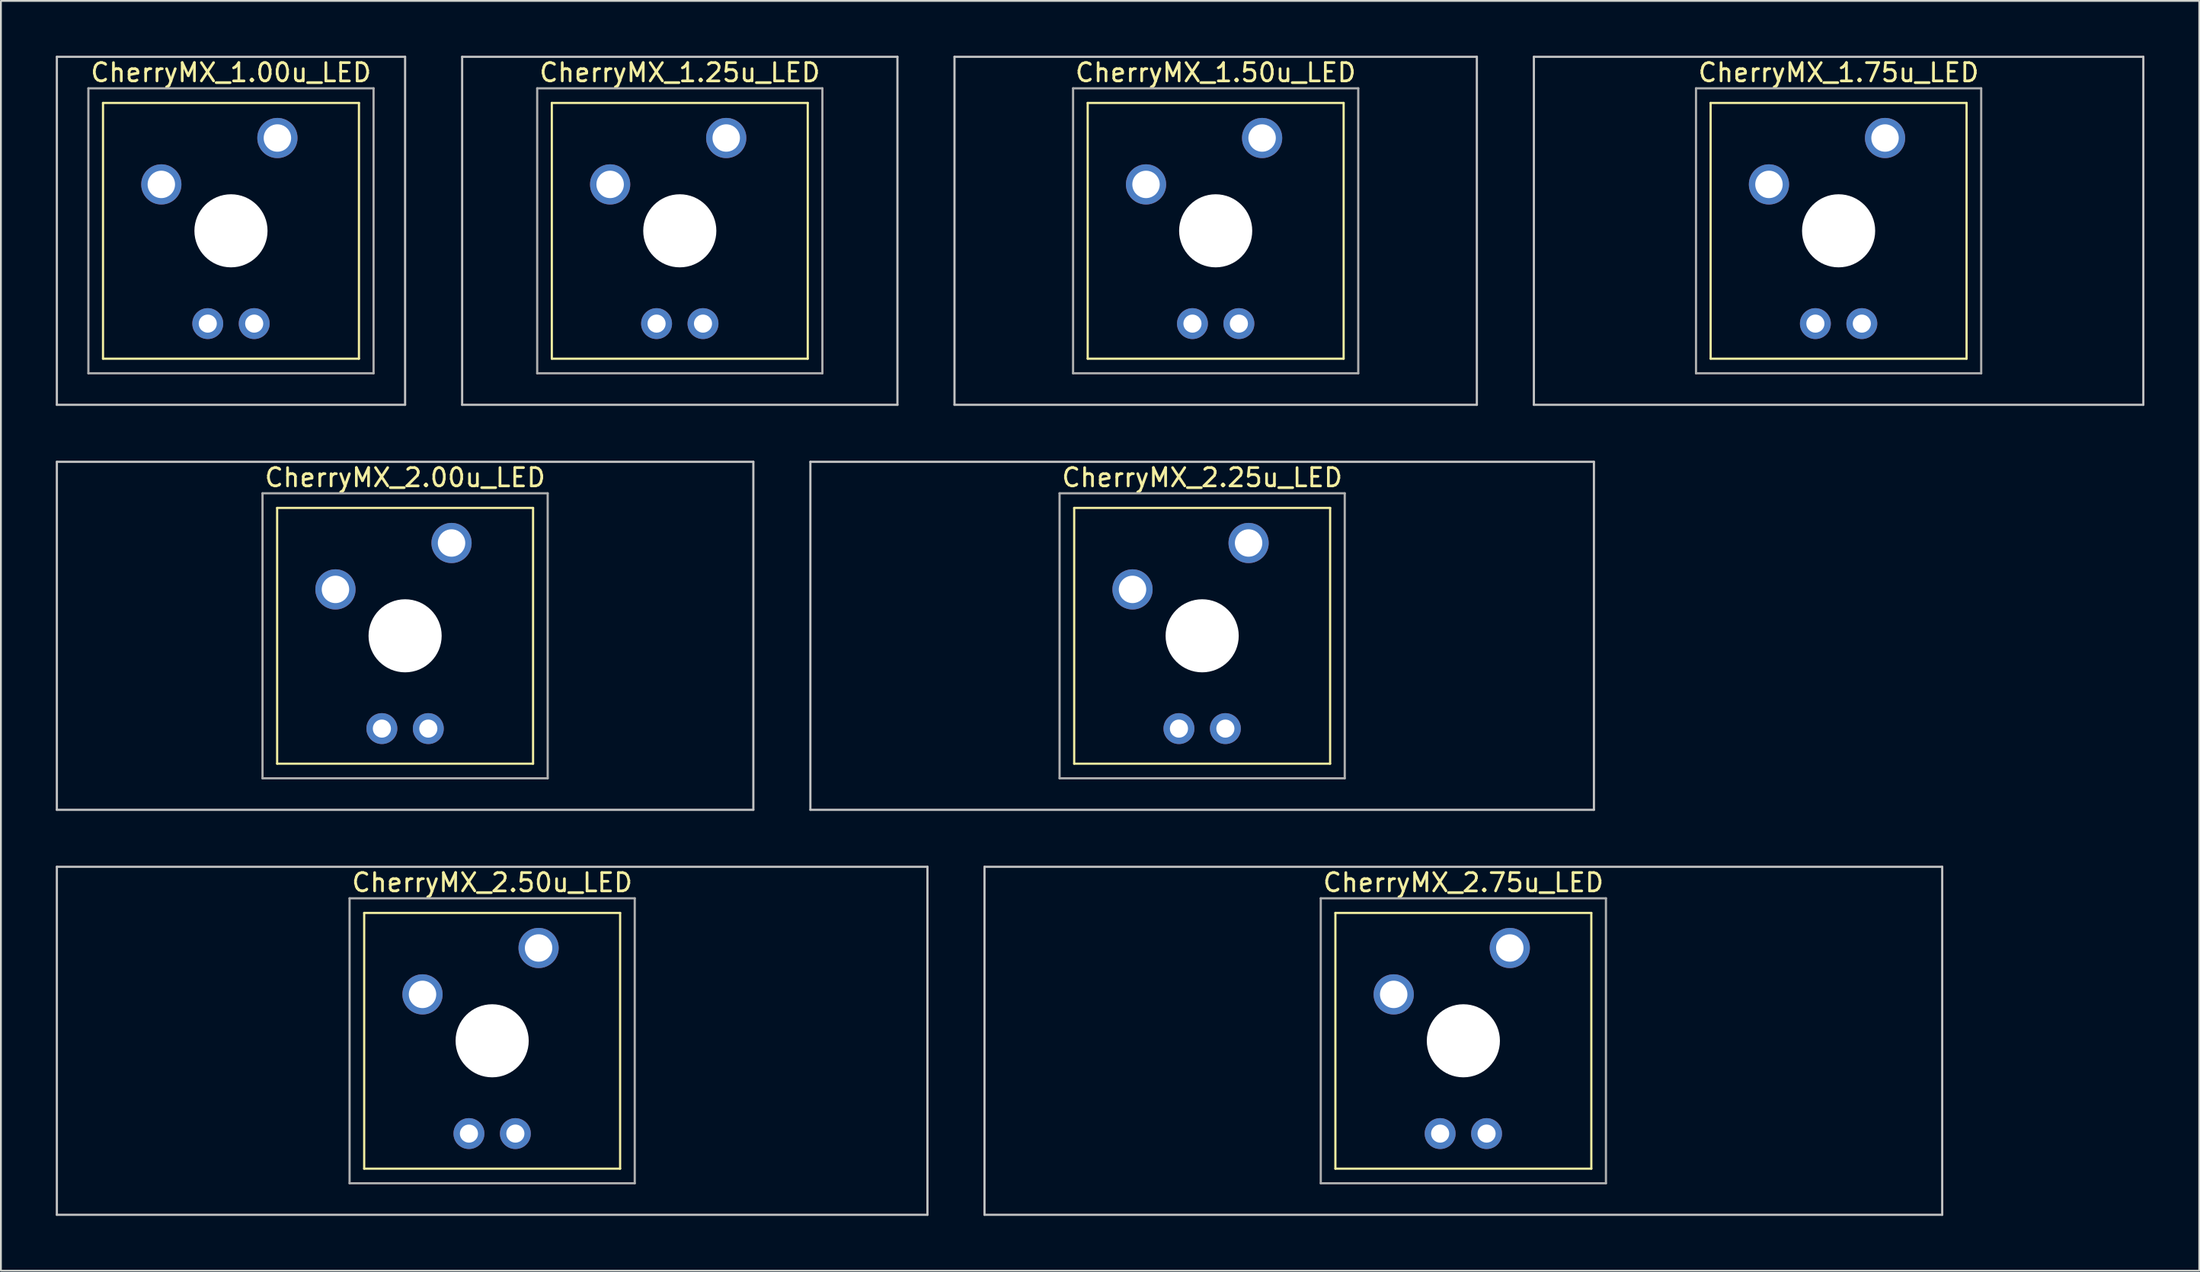
<source format=kicad_pcb>
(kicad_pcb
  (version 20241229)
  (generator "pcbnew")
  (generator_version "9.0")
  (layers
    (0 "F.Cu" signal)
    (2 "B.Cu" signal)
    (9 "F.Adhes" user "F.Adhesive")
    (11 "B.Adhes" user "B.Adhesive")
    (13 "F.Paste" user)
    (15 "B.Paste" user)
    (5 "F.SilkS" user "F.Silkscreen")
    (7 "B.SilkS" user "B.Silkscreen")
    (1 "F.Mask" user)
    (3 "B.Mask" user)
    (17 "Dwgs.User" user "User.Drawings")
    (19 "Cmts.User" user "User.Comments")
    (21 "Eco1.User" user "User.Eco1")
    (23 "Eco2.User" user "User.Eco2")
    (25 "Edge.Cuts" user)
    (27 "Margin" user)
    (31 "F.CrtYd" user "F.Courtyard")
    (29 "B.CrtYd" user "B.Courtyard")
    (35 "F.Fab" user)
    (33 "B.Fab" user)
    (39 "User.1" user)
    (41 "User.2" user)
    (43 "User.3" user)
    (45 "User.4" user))
  (footprint "CherryMX_1.25u_LED"
    (layer "F.Cu")
    (at 34.136 9.585)
    (property "Reference" "CherryMX_1.25u_LED" (at 0 -8.662 0) (layer "F.SilkS") (effects (font (size 1 1) (thickness 0.15))))
    (attr through_hole)
    (fp_line (start -7 -7) (end -7 7) (stroke (width 0.12) (type solid)) (layer "F.SilkS"))
    (fp_line (start -7 -7) (end 7 -7) (stroke (width 0.12) (type solid)) (layer "F.SilkS"))
    (fp_line (start 7 -7) (end 7 7) (stroke (width 0.12) (type solid)) (layer "F.SilkS"))
    (fp_line (start 7 7) (end -7 7) (stroke (width 0.12) (type solid)) (layer "F.SilkS"))
    (fp_line (start -11.906 -9.525) (end 11.906 -9.525) (stroke (width 0.12) (type solid)) (layer "Dwgs.User"))
    (fp_line (start -11.906 9.525) (end -11.906 -9.525) (stroke (width 0.12) (type solid)) (layer "Dwgs.User"))
    (fp_line (start 11.906 -9.525) (end 11.906 9.525) (stroke (width 0.12) (type solid)) (layer "Dwgs.User"))
    (fp_line (start 11.906 9.525) (end -11.906 9.525) (stroke (width 0.12) (type solid)) (layer "Dwgs.User"))
    (fp_line (start -7.8 -7.8) (end -7.8 7.8) (stroke (width 0.12) (type solid)) (layer "F.Fab"))
    (fp_line (start -7.8 -7.8) (end 7.8 -7.8) (stroke (width 0.12) (type solid)) (layer "F.Fab"))
    (fp_line (start -7.8 7.8) (end 7.8 7.8) (stroke (width 0.12) (type solid)) (layer "F.Fab"))
    (fp_line (start 7.8 -7.8) (end 7.8 7.8) (stroke (width 0.12) (type solid)) (layer "F.Fab"))
    (pad "" np_thru_hole circle (at 0 0) (size 4 4) (drill 4) (layers "*.Cu" "*.Mask"))
    (pad "1" thru_hole circle (at -3.81 -2.54) (size 2.2 2.2) (drill 1.5) (layers "*.Cu" "*.Mask"))
    (pad "2" thru_hole circle (at 2.54 -5.08) (size 2.2 2.2) (drill 1.5) (layers "*.Cu" "*.Mask"))
    (pad "3" thru_hole circle (at -1.27 5.08) (size 1.691 1.691) (drill 0.991) (layers "*.Cu" "*.Mask"))
    (pad "4" thru_hole circle (at 1.27 5.08) (size 1.691 1.691) (drill 0.991) (layers "*.Cu" "*.Mask")))
  (footprint "CherryMX_1.00u_LED"
    (layer "F.Cu")
    (at 9.585 9.585)
    (property "Reference" "CherryMX_1.00u_LED" (at 0 -8.662 0) (layer "F.SilkS") (effects (font (size 1 1) (thickness 0.15))))
    (attr through_hole)
    (fp_line (start -7 -7) (end -7 7) (stroke (width 0.12) (type solid)) (layer "F.SilkS"))
    (fp_line (start -7 -7) (end 7 -7) (stroke (width 0.12) (type solid)) (layer "F.SilkS"))
    (fp_line (start 7 -7) (end 7 7) (stroke (width 0.12) (type solid)) (layer "F.SilkS"))
    (fp_line (start 7 7) (end -7 7) (stroke (width 0.12) (type solid)) (layer "F.SilkS"))
    (fp_line (start -9.525 -9.525) (end 9.525 -9.525) (stroke (width 0.12) (type solid)) (layer "Dwgs.User"))
    (fp_line (start -9.525 9.525) (end -9.525 -9.525) (stroke (width 0.12) (type solid)) (layer "Dwgs.User"))
    (fp_line (start 9.525 -9.525) (end 9.525 9.525) (stroke (width 0.12) (type solid)) (layer "Dwgs.User"))
    (fp_line (start 9.525 9.525) (end -9.525 9.525) (stroke (width 0.12) (type solid)) (layer "Dwgs.User"))
    (fp_line (start -7.8 -7.8) (end -7.8 7.8) (stroke (width 0.12) (type solid)) (layer "F.Fab"))
    (fp_line (start -7.8 -7.8) (end 7.8 -7.8) (stroke (width 0.12) (type solid)) (layer "F.Fab"))
    (fp_line (start -7.8 7.8) (end 7.8 7.8) (stroke (width 0.12) (type solid)) (layer "F.Fab"))
    (fp_line (start 7.8 -7.8) (end 7.8 7.8) (stroke (width 0.12) (type solid)) (layer "F.Fab"))
    (pad "" np_thru_hole circle (at 0 0) (size 4 4) (drill 4) (layers "*.Cu" "*.Mask"))
    (pad "1" thru_hole circle (at -3.81 -2.54) (size 2.2 2.2) (drill 1.5) (layers "*.Cu" "*.Mask"))
    (pad "2" thru_hole circle (at 2.54 -5.08) (size 2.2 2.2) (drill 1.5) (layers "*.Cu" "*.Mask"))
    (pad "3" thru_hole circle (at -1.27 5.08) (size 1.691 1.691) (drill 0.991) (layers "*.Cu" "*.Mask"))
    (pad "4" thru_hole circle (at 1.27 5.08) (size 1.691 1.691) (drill 0.991) (layers "*.Cu" "*.Mask")))
  (footprint "CherryMX_2.50u_LED"
    (layer "F.Cu")
    (at 23.872 53.925)
    (property "Reference" "CherryMX_2.50u_LED" (at 0 -8.662 0) (layer "F.SilkS") (effects (font (size 1 1) (thickness 0.15))))
    (attr through_hole)
    (fp_line (start -7 -7) (end -7 7) (stroke (width 0.12) (type solid)) (layer "F.SilkS"))
    (fp_line (start -7 -7) (end 7 -7) (stroke (width 0.12) (type solid)) (layer "F.SilkS"))
    (fp_line (start 7 -7) (end 7 7) (stroke (width 0.12) (type solid)) (layer "F.SilkS"))
    (fp_line (start 7 7) (end -7 7) (stroke (width 0.12) (type solid)) (layer "F.SilkS"))
    (fp_line (start -23.812 -9.525) (end 23.812 -9.525) (stroke (width 0.12) (type solid)) (layer "Dwgs.User"))
    (fp_line (start -23.812 9.525) (end -23.812 -9.525) (stroke (width 0.12) (type solid)) (layer "Dwgs.User"))
    (fp_line (start 23.812 -9.525) (end 23.812 9.525) (stroke (width 0.12) (type solid)) (layer "Dwgs.User"))
    (fp_line (start 23.812 9.525) (end -23.812 9.525) (stroke (width 0.12) (type solid)) (layer "Dwgs.User"))
    (fp_line (start -7.8 -7.8) (end -7.8 7.8) (stroke (width 0.12) (type solid)) (layer "F.Fab"))
    (fp_line (start -7.8 -7.8) (end 7.8 -7.8) (stroke (width 0.12) (type solid)) (layer "F.Fab"))
    (fp_line (start -7.8 7.8) (end 7.8 7.8) (stroke (width 0.12) (type solid)) (layer "F.Fab"))
    (fp_line (start 7.8 -7.8) (end 7.8 7.8) (stroke (width 0.12) (type solid)) (layer "F.Fab"))
    (pad "" np_thru_hole circle (at 0 0) (size 4 4) (drill 4) (layers "*.Cu" "*.Mask"))
    (pad "1" thru_hole circle (at -3.81 -2.54) (size 2.2 2.2) (drill 1.5) (layers "*.Cu" "*.Mask"))
    (pad "2" thru_hole circle (at 2.54 -5.08) (size 2.2 2.2) (drill 1.5) (layers "*.Cu" "*.Mask"))
    (pad "3" thru_hole circle (at -1.27 5.08) (size 1.691 1.691) (drill 0.991) (layers "*.Cu" "*.Mask"))
    (pad "4" thru_hole circle (at 1.27 5.08) (size 1.691 1.691) (drill 0.991) (layers "*.Cu" "*.Mask")))
  (footprint "CherryMX_1.50u_LED"
    (layer "F.Cu")
    (at 63.45 9.585)
    (property "Reference" "CherryMX_1.50u_LED" (at 0 -8.662 0) (layer "F.SilkS") (effects (font (size 1 1) (thickness 0.15))))
    (attr through_hole)
    (fp_line (start -7 -7) (end -7 7) (stroke (width 0.12) (type solid)) (layer "F.SilkS"))
    (fp_line (start -7 -7) (end 7 -7) (stroke (width 0.12) (type solid)) (layer "F.SilkS"))
    (fp_line (start 7 -7) (end 7 7) (stroke (width 0.12) (type solid)) (layer "F.SilkS"))
    (fp_line (start 7 7) (end -7 7) (stroke (width 0.12) (type solid)) (layer "F.SilkS"))
    (fp_line (start -14.287 -9.525) (end 14.287 -9.525) (stroke (width 0.12) (type solid)) (layer "Dwgs.User"))
    (fp_line (start -14.287 9.525) (end -14.287 -9.525) (stroke (width 0.12) (type solid)) (layer "Dwgs.User"))
    (fp_line (start 14.287 -9.525) (end 14.287 9.525) (stroke (width 0.12) (type solid)) (layer "Dwgs.User"))
    (fp_line (start 14.287 9.525) (end -14.287 9.525) (stroke (width 0.12) (type solid)) (layer "Dwgs.User"))
    (fp_line (start -7.8 -7.8) (end -7.8 7.8) (stroke (width 0.12) (type solid)) (layer "F.Fab"))
    (fp_line (start -7.8 -7.8) (end 7.8 -7.8) (stroke (width 0.12) (type solid)) (layer "F.Fab"))
    (fp_line (start -7.8 7.8) (end 7.8 7.8) (stroke (width 0.12) (type solid)) (layer "F.Fab"))
    (fp_line (start 7.8 -7.8) (end 7.8 7.8) (stroke (width 0.12) (type solid)) (layer "F.Fab"))
    (pad "" np_thru_hole circle (at 0 0) (size 4 4) (drill 4) (layers "*.Cu" "*.Mask"))
    (pad "1" thru_hole circle (at -3.81 -2.54) (size 2.2 2.2) (drill 1.5) (layers "*.Cu" "*.Mask"))
    (pad "2" thru_hole circle (at 2.54 -5.08) (size 2.2 2.2) (drill 1.5) (layers "*.Cu" "*.Mask"))
    (pad "3" thru_hole circle (at -1.27 5.08) (size 1.691 1.691) (drill 0.991) (layers "*.Cu" "*.Mask"))
    (pad "4" thru_hole circle (at 1.27 5.08) (size 1.691 1.691) (drill 0.991) (layers "*.Cu" "*.Mask")))
  (footprint "CherryMX_2.75u_LED"
    (layer "F.Cu")
    (at 76.999 53.925)
    (property "Reference" "CherryMX_2.75u_LED" (at 0 -8.662 0) (layer "F.SilkS") (effects (font (size 1 1) (thickness 0.15))))
    (attr through_hole)
    (fp_line (start -7 -7) (end -7 7) (stroke (width 0.12) (type solid)) (layer "F.SilkS"))
    (fp_line (start -7 -7) (end 7 -7) (stroke (width 0.12) (type solid)) (layer "F.SilkS"))
    (fp_line (start 7 -7) (end 7 7) (stroke (width 0.12) (type solid)) (layer "F.SilkS"))
    (fp_line (start 7 7) (end -7 7) (stroke (width 0.12) (type solid)) (layer "F.SilkS"))
    (fp_line (start -26.194 -9.525) (end 26.194 -9.525) (stroke (width 0.12) (type solid)) (layer "Dwgs.User"))
    (fp_line (start -26.194 9.525) (end -26.194 -9.525) (stroke (width 0.12) (type solid)) (layer "Dwgs.User"))
    (fp_line (start 26.194 -9.525) (end 26.194 9.525) (stroke (width 0.12) (type solid)) (layer "Dwgs.User"))
    (fp_line (start 26.194 9.525) (end -26.194 9.525) (stroke (width 0.12) (type solid)) (layer "Dwgs.User"))
    (fp_line (start -7.8 -7.8) (end -7.8 7.8) (stroke (width 0.12) (type solid)) (layer "F.Fab"))
    (fp_line (start -7.8 -7.8) (end 7.8 -7.8) (stroke (width 0.12) (type solid)) (layer "F.Fab"))
    (fp_line (start -7.8 7.8) (end 7.8 7.8) (stroke (width 0.12) (type solid)) (layer "F.Fab"))
    (fp_line (start 7.8 -7.8) (end 7.8 7.8) (stroke (width 0.12) (type solid)) (layer "F.Fab"))
    (pad "" np_thru_hole circle (at 0 0) (size 4 4) (drill 4) (layers "*.Cu" "*.Mask"))
    (pad "1" thru_hole circle (at -3.81 -2.54) (size 2.2 2.2) (drill 1.5) (layers "*.Cu" "*.Mask"))
    (pad "2" thru_hole circle (at 2.54 -5.08) (size 2.2 2.2) (drill 1.5) (layers "*.Cu" "*.Mask"))
    (pad "3" thru_hole circle (at -1.27 5.08) (size 1.691 1.691) (drill 0.991) (layers "*.Cu" "*.Mask"))
    (pad "4" thru_hole circle (at 1.27 5.08) (size 1.691 1.691) (drill 0.991) (layers "*.Cu" "*.Mask")))
  (footprint "CherryMX_2.00u_LED"
    (layer "F.Cu")
    (at 19.11 31.755)
    (property "Reference" "CherryMX_2.00u_LED" (at 0 -8.662 0) (layer "F.SilkS") (effects (font (size 1 1) (thickness 0.15))))
    (attr through_hole)
    (fp_line (start -7 -7) (end -7 7) (stroke (width 0.12) (type solid)) (layer "F.SilkS"))
    (fp_line (start -7 -7) (end 7 -7) (stroke (width 0.12) (type solid)) (layer "F.SilkS"))
    (fp_line (start 7 -7) (end 7 7) (stroke (width 0.12) (type solid)) (layer "F.SilkS"))
    (fp_line (start 7 7) (end -7 7) (stroke (width 0.12) (type solid)) (layer "F.SilkS"))
    (fp_line (start -19.05 -9.525) (end 19.05 -9.525) (stroke (width 0.12) (type solid)) (layer "Dwgs.User"))
    (fp_line (start -19.05 9.525) (end -19.05 -9.525) (stroke (width 0.12) (type solid)) (layer "Dwgs.User"))
    (fp_line (start 19.05 -9.525) (end 19.05 9.525) (stroke (width 0.12) (type solid)) (layer "Dwgs.User"))
    (fp_line (start 19.05 9.525) (end -19.05 9.525) (stroke (width 0.12) (type solid)) (layer "Dwgs.User"))
    (fp_line (start -7.8 -7.8) (end -7.8 7.8) (stroke (width 0.12) (type solid)) (layer "F.Fab"))
    (fp_line (start -7.8 -7.8) (end 7.8 -7.8) (stroke (width 0.12) (type solid)) (layer "F.Fab"))
    (fp_line (start -7.8 7.8) (end 7.8 7.8) (stroke (width 0.12) (type solid)) (layer "F.Fab"))
    (fp_line (start 7.8 -7.8) (end 7.8 7.8) (stroke (width 0.12) (type solid)) (layer "F.Fab"))
    (pad "" np_thru_hole circle (at 0 0) (size 4 4) (drill 4) (layers "*.Cu" "*.Mask"))
    (pad "1" thru_hole circle (at -3.81 -2.54) (size 2.2 2.2) (drill 1.5) (layers "*.Cu" "*.Mask"))
    (pad "2" thru_hole circle (at 2.54 -5.08) (size 2.2 2.2) (drill 1.5) (layers "*.Cu" "*.Mask"))
    (pad "3" thru_hole circle (at -1.27 5.08) (size 1.691 1.691) (drill 0.991) (layers "*.Cu" "*.Mask"))
    (pad "4" thru_hole circle (at 1.27 5.08) (size 1.691 1.691) (drill 0.991) (layers "*.Cu" "*.Mask")))
  (footprint "CherryMX_2.25u_LED"
    (layer "F.Cu")
    (at 62.711 31.755)
    (property "Reference" "CherryMX_2.25u_LED" (at 0 -8.662 0) (layer "F.SilkS") (effects (font (size 1 1) (thickness 0.15))))
    (attr through_hole)
    (fp_line (start -7 -7) (end -7 7) (stroke (width 0.12) (type solid)) (layer "F.SilkS"))
    (fp_line (start -7 -7) (end 7 -7) (stroke (width 0.12) (type solid)) (layer "F.SilkS"))
    (fp_line (start 7 -7) (end 7 7) (stroke (width 0.12) (type solid)) (layer "F.SilkS"))
    (fp_line (start 7 7) (end -7 7) (stroke (width 0.12) (type solid)) (layer "F.SilkS"))
    (fp_line (start -21.431 -9.525) (end 21.431 -9.525) (stroke (width 0.12) (type solid)) (layer "Dwgs.User"))
    (fp_line (start -21.431 9.525) (end -21.431 -9.525) (stroke (width 0.12) (type solid)) (layer "Dwgs.User"))
    (fp_line (start 21.431 -9.525) (end 21.431 9.525) (stroke (width 0.12) (type solid)) (layer "Dwgs.User"))
    (fp_line (start 21.431 9.525) (end -21.431 9.525) (stroke (width 0.12) (type solid)) (layer "Dwgs.User"))
    (fp_line (start -7.8 -7.8) (end -7.8 7.8) (stroke (width 0.12) (type solid)) (layer "F.Fab"))
    (fp_line (start -7.8 -7.8) (end 7.8 -7.8) (stroke (width 0.12) (type solid)) (layer "F.Fab"))
    (fp_line (start -7.8 7.8) (end 7.8 7.8) (stroke (width 0.12) (type solid)) (layer "F.Fab"))
    (fp_line (start 7.8 -7.8) (end 7.8 7.8) (stroke (width 0.12) (type solid)) (layer "F.Fab"))
    (pad "" np_thru_hole circle (at 0 0) (size 4 4) (drill 4) (layers "*.Cu" "*.Mask"))
    (pad "1" thru_hole circle (at -3.81 -2.54) (size 2.2 2.2) (drill 1.5) (layers "*.Cu" "*.Mask"))
    (pad "2" thru_hole circle (at 2.54 -5.08) (size 2.2 2.2) (drill 1.5) (layers "*.Cu" "*.Mask"))
    (pad "3" thru_hole circle (at -1.27 5.08) (size 1.691 1.691) (drill 0.991) (layers "*.Cu" "*.Mask"))
    (pad "4" thru_hole circle (at 1.27 5.08) (size 1.691 1.691) (drill 0.991) (layers "*.Cu" "*.Mask")))
  (footprint "CherryMX_1.75u_LED"
    (layer "F.Cu")
    (at 97.526 9.585)
    (property "Reference" "CherryMX_1.75u_LED" (at 0 -8.662 0) (layer "F.SilkS") (effects (font (size 1 1) (thickness 0.15))))
    (attr through_hole)
    (fp_line (start -7 -7) (end -7 7) (stroke (width 0.12) (type solid)) (layer "F.SilkS"))
    (fp_line (start -7 -7) (end 7 -7) (stroke (width 0.12) (type solid)) (layer "F.SilkS"))
    (fp_line (start 7 -7) (end 7 7) (stroke (width 0.12) (type solid)) (layer "F.SilkS"))
    (fp_line (start 7 7) (end -7 7) (stroke (width 0.12) (type solid)) (layer "F.SilkS"))
    (fp_line (start -16.669 -9.525) (end 16.669 -9.525) (stroke (width 0.12) (type solid)) (layer "Dwgs.User"))
    (fp_line (start -16.669 9.525) (end -16.669 -9.525) (stroke (width 0.12) (type solid)) (layer "Dwgs.User"))
    (fp_line (start 16.669 -9.525) (end 16.669 9.525) (stroke (width 0.12) (type solid)) (layer "Dwgs.User"))
    (fp_line (start 16.669 9.525) (end -16.669 9.525) (stroke (width 0.12) (type solid)) (layer "Dwgs.User"))
    (fp_line (start -7.8 -7.8) (end -7.8 7.8) (stroke (width 0.12) (type solid)) (layer "F.Fab"))
    (fp_line (start -7.8 -7.8) (end 7.8 -7.8) (stroke (width 0.12) (type solid)) (layer "F.Fab"))
    (fp_line (start -7.8 7.8) (end 7.8 7.8) (stroke (width 0.12) (type solid)) (layer "F.Fab"))
    (fp_line (start 7.8 -7.8) (end 7.8 7.8) (stroke (width 0.12) (type solid)) (layer "F.Fab"))
    (pad "" np_thru_hole circle (at 0 0) (size 4 4) (drill 4) (layers "*.Cu" "*.Mask"))
    (pad "1" thru_hole circle (at -3.81 -2.54) (size 2.2 2.2) (drill 1.5) (layers "*.Cu" "*.Mask"))
    (pad "2" thru_hole circle (at 2.54 -5.08) (size 2.2 2.2) (drill 1.5) (layers "*.Cu" "*.Mask"))
    (pad "3" thru_hole circle (at -1.27 5.08) (size 1.691 1.691) (drill 0.991) (layers "*.Cu" "*.Mask"))
    (pad "4" thru_hole circle (at 1.27 5.08) (size 1.691 1.691) (drill 0.991) (layers "*.Cu" "*.Mask")))
  (gr_rect
    (start -3 -3)
    (end 117.255 66.51)
    (stroke (width 0.1) (type default))
    (fill no)
    (layer "Edge.Cuts")))
</source>
